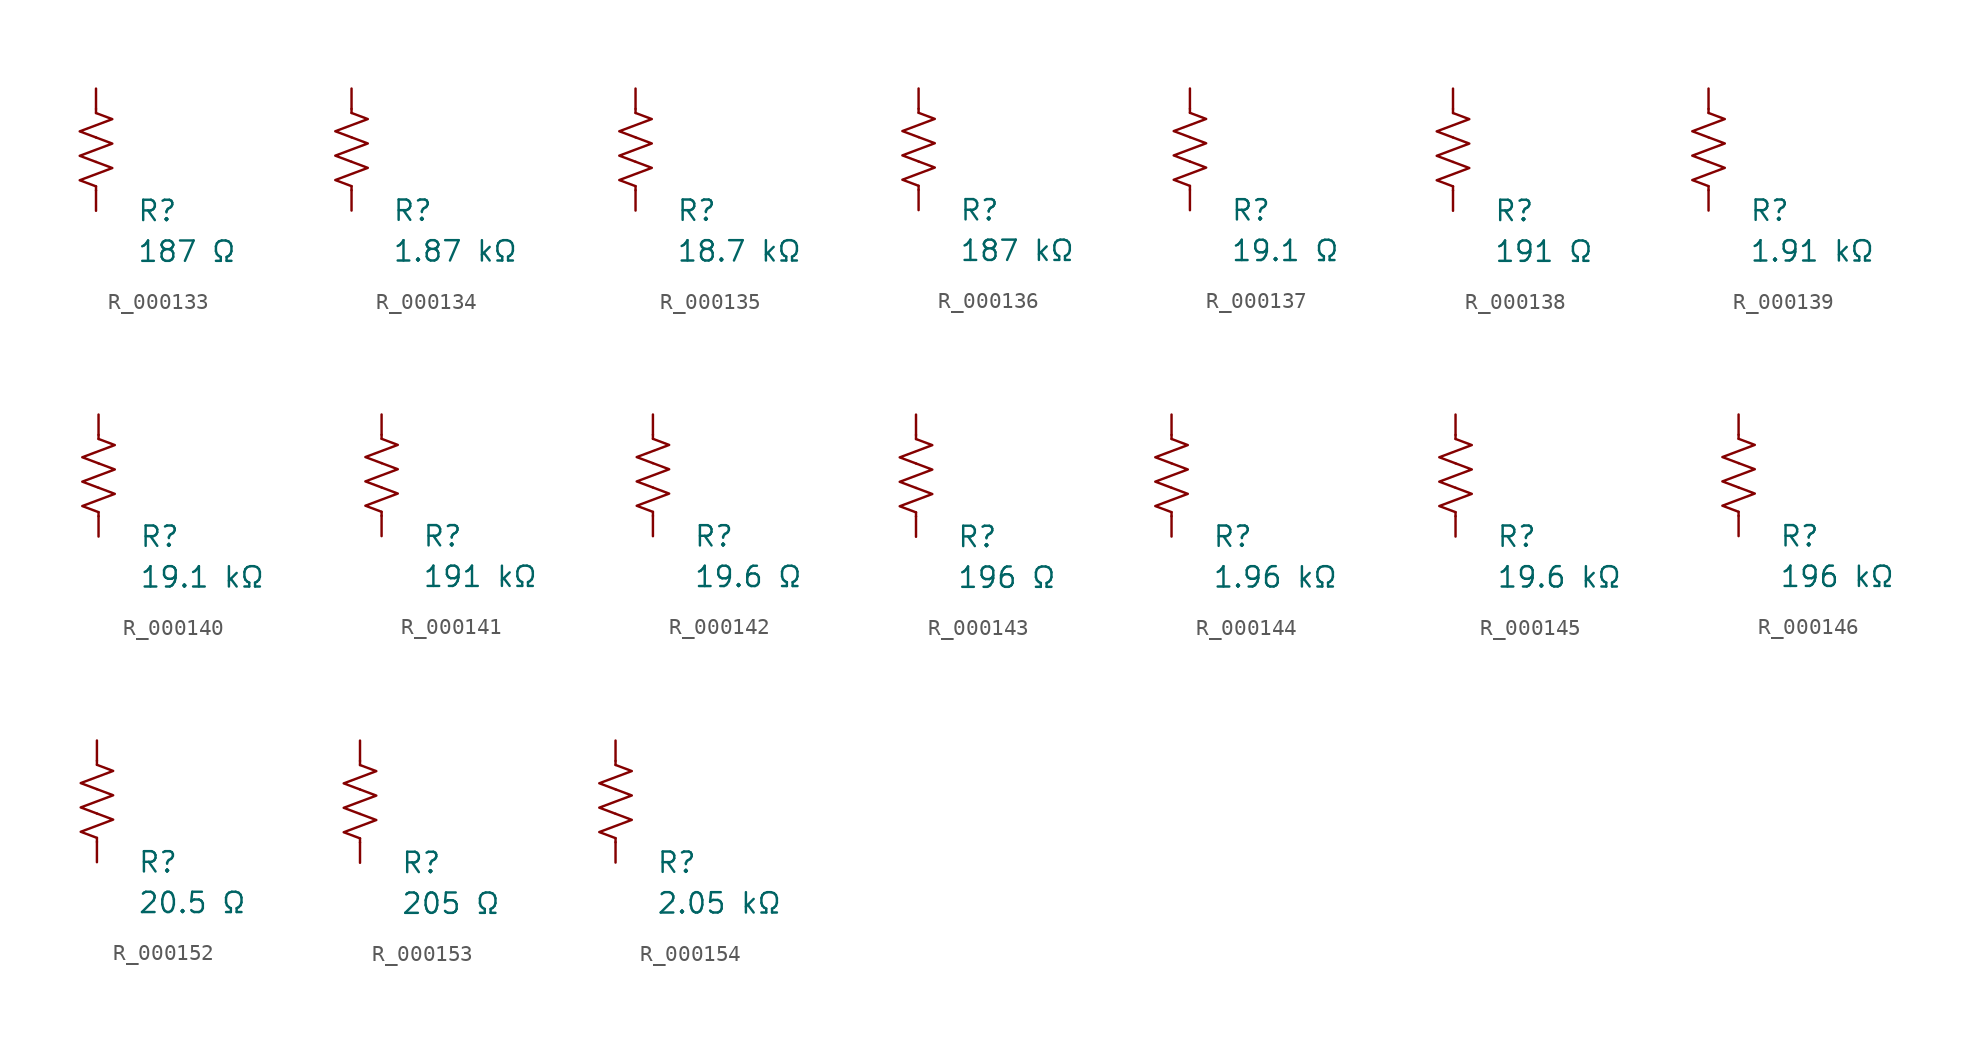
<source format=kicad_sym>
(kicad_symbol_lib
  (version 20231120)
  (generator "kicad_symbol_editor")
  (generator_version "8.0")
  (symbol "R_000133"
    (pin_numbers hide)
    (pin_names
      (offset 0))
    (property "Reference" "R"
      (at 2.54 -3.81 0)
      (effects (font (size 1.27 1.27)) (justify left))
      (show_name no))
    (property "Value" "187 Ω"
      (at 2.54 -6.35 0)
      (effects (font (size 1.27 1.27)) (justify left))
      (show_name no))
    (symbol "R_000133_0_1"
      (polyline (pts (xy 0 -2.286) (xy 0 -2.54)) (stroke (width 0) (type default)) (fill (type none)))
      (polyline (pts (xy 0 2.286) (xy 0 2.54)) (stroke (width 0) (type default)) (fill (type none)))
      (polyline (pts (xy 0 -0.762) (xy 1.016 -1.143) (xy 0 -1.524) (xy -1.016 -1.905) (xy 0 -2.286)) (stroke (width 0) (type default)) (fill (type none)))
      (polyline (pts (xy 0 0.762) (xy 1.016 0.381) (xy 0 0) (xy -1.016 -0.381) (xy 0 -0.762)) (stroke (width 0) (type default)) (fill (type none)))
      (polyline (pts (xy 0 2.286) (xy 1.016 1.905) (xy 0 1.524) (xy -1.016 1.143) (xy 0 0.762)) (stroke (width 0) (type default)) (fill (type none))))
    (symbol "R_000133_1_1"
      (pin passive line (at 0 3.81 270) (length 1.27) (name "~" (effects (font (size 1.27 1.27)))) (number "1" (effects (font (size 1.27 1.27)))))
      (pin passive line (at 0 -3.81 90) (length 1.27) (name "~" (effects (font (size 1.27 1.27)))) (number "2" (effects (font (size 1.27 1.27)))))))
  (symbol "R_000134"
    (pin_numbers hide)
    (pin_names
      (offset 0))
    (property "Reference" "R"
      (at 2.54 -3.81 0)
      (effects (font (size 1.27 1.27)) (justify left))
      (show_name no))
    (property "Value" "1.87 kΩ"
      (at 2.54 -6.35 0)
      (effects (font (size 1.27 1.27)) (justify left))
      (show_name no))
    (symbol "R_000134_0_1"
      (polyline (pts (xy 0 -2.286) (xy 0 -2.54)) (stroke (width 0) (type default)) (fill (type none)))
      (polyline (pts (xy 0 2.286) (xy 0 2.54)) (stroke (width 0) (type default)) (fill (type none)))
      (polyline (pts (xy 0 -0.762) (xy 1.016 -1.143) (xy 0 -1.524) (xy -1.016 -1.905) (xy 0 -2.286)) (stroke (width 0) (type default)) (fill (type none)))
      (polyline (pts (xy 0 0.762) (xy 1.016 0.381) (xy 0 0) (xy -1.016 -0.381) (xy 0 -0.762)) (stroke (width 0) (type default)) (fill (type none)))
      (polyline (pts (xy 0 2.286) (xy 1.016 1.905) (xy 0 1.524) (xy -1.016 1.143) (xy 0 0.762)) (stroke (width 0) (type default)) (fill (type none))))
    (symbol "R_000134_1_1"
      (pin passive line (at 0 3.81 270) (length 1.27) (name "~" (effects (font (size 1.27 1.27)))) (number "1" (effects (font (size 1.27 1.27)))))
      (pin passive line (at 0 -3.81 90) (length 1.27) (name "~" (effects (font (size 1.27 1.27)))) (number "2" (effects (font (size 1.27 1.27)))))))
  (symbol "R_000135"
    (pin_numbers hide)
    (pin_names
      (offset 0))
    (property "Reference" "R"
      (at 2.54 -3.81 0)
      (effects (font (size 1.27 1.27)) (justify left))
      (show_name no))
    (property "Value" "18.7 kΩ"
      (at 2.54 -6.35 0)
      (effects (font (size 1.27 1.27)) (justify left))
      (show_name no))
    (symbol "R_000135_0_1"
      (polyline (pts (xy 0 -2.286) (xy 0 -2.54)) (stroke (width 0) (type default)) (fill (type none)))
      (polyline (pts (xy 0 2.286) (xy 0 2.54)) (stroke (width 0) (type default)) (fill (type none)))
      (polyline (pts (xy 0 -0.762) (xy 1.016 -1.143) (xy 0 -1.524) (xy -1.016 -1.905) (xy 0 -2.286)) (stroke (width 0) (type default)) (fill (type none)))
      (polyline (pts (xy 0 0.762) (xy 1.016 0.381) (xy 0 0) (xy -1.016 -0.381) (xy 0 -0.762)) (stroke (width 0) (type default)) (fill (type none)))
      (polyline (pts (xy 0 2.286) (xy 1.016 1.905) (xy 0 1.524) (xy -1.016 1.143) (xy 0 0.762)) (stroke (width 0) (type default)) (fill (type none))))
    (symbol "R_000135_1_1"
      (pin passive line (at 0 3.81 270) (length 1.27) (name "~" (effects (font (size 1.27 1.27)))) (number "1" (effects (font (size 1.27 1.27)))))
      (pin passive line (at 0 -3.81 90) (length 1.27) (name "~" (effects (font (size 1.27 1.27)))) (number "2" (effects (font (size 1.27 1.27)))))))
  (symbol "R_000136"
    (pin_numbers hide)
    (pin_names
      (offset 0))
    (property "Reference" "R"
      (at 2.54 -3.81 0)
      (effects (font (size 1.27 1.27)) (justify left))
      (show_name no))
    (property "Value" "187 kΩ"
      (at 2.54 -6.35 0)
      (effects (font (size 1.27 1.27)) (justify left))
      (show_name no))
    (symbol "R_000136_0_1"
      (polyline (pts (xy 0 -2.286) (xy 0 -2.54)) (stroke (width 0) (type default)) (fill (type none)))
      (polyline (pts (xy 0 2.286) (xy 0 2.54)) (stroke (width 0) (type default)) (fill (type none)))
      (polyline (pts (xy 0 -0.762) (xy 1.016 -1.143) (xy 0 -1.524) (xy -1.016 -1.905) (xy 0 -2.286)) (stroke (width 0) (type default)) (fill (type none)))
      (polyline (pts (xy 0 0.762) (xy 1.016 0.381) (xy 0 0) (xy -1.016 -0.381) (xy 0 -0.762)) (stroke (width 0) (type default)) (fill (type none)))
      (polyline (pts (xy 0 2.286) (xy 1.016 1.905) (xy 0 1.524) (xy -1.016 1.143) (xy 0 0.762)) (stroke (width 0) (type default)) (fill (type none))))
    (symbol "R_000136_1_1"
      (pin passive line (at 0 3.81 270) (length 1.27) (name "~" (effects (font (size 1.27 1.27)))) (number "1" (effects (font (size 1.27 1.27)))))
      (pin passive line (at 0 -3.81 90) (length 1.27) (name "~" (effects (font (size 1.27 1.27)))) (number "2" (effects (font (size 1.27 1.27)))))))
  (symbol "R_000137"
    (pin_numbers hide)
    (pin_names
      (offset 0))
    (property "Reference" "R"
      (at 2.54 -3.81 0)
      (effects (font (size 1.27 1.27)) (justify left))
      (show_name no))
    (property "Value" "19.1 Ω"
      (at 2.54 -6.35 0)
      (effects (font (size 1.27 1.27)) (justify left))
      (show_name no))
    (symbol "R_000137_0_1"
      (polyline (pts (xy 0 -2.286) (xy 0 -2.54)) (stroke (width 0) (type default)) (fill (type none)))
      (polyline (pts (xy 0 2.286) (xy 0 2.54)) (stroke (width 0) (type default)) (fill (type none)))
      (polyline (pts (xy 0 -0.762) (xy 1.016 -1.143) (xy 0 -1.524) (xy -1.016 -1.905) (xy 0 -2.286)) (stroke (width 0) (type default)) (fill (type none)))
      (polyline (pts (xy 0 0.762) (xy 1.016 0.381) (xy 0 0) (xy -1.016 -0.381) (xy 0 -0.762)) (stroke (width 0) (type default)) (fill (type none)))
      (polyline (pts (xy 0 2.286) (xy 1.016 1.905) (xy 0 1.524) (xy -1.016 1.143) (xy 0 0.762)) (stroke (width 0) (type default)) (fill (type none))))
    (symbol "R_000137_1_1"
      (pin passive line (at 0 3.81 270) (length 1.27) (name "~" (effects (font (size 1.27 1.27)))) (number "1" (effects (font (size 1.27 1.27)))))
      (pin passive line (at 0 -3.81 90) (length 1.27) (name "~" (effects (font (size 1.27 1.27)))) (number "2" (effects (font (size 1.27 1.27)))))))
  (symbol "R_000138"
    (pin_numbers hide)
    (pin_names
      (offset 0))
    (property "Reference" "R"
      (at 2.54 -3.81 0)
      (effects (font (size 1.27 1.27)) (justify left))
      (show_name no))
    (property "Value" "191 Ω"
      (at 2.54 -6.35 0)
      (effects (font (size 1.27 1.27)) (justify left))
      (show_name no))
    (symbol "R_000138_0_1"
      (polyline (pts (xy 0 -2.286) (xy 0 -2.54)) (stroke (width 0) (type default)) (fill (type none)))
      (polyline (pts (xy 0 2.286) (xy 0 2.54)) (stroke (width 0) (type default)) (fill (type none)))
      (polyline (pts (xy 0 -0.762) (xy 1.016 -1.143) (xy 0 -1.524) (xy -1.016 -1.905) (xy 0 -2.286)) (stroke (width 0) (type default)) (fill (type none)))
      (polyline (pts (xy 0 0.762) (xy 1.016 0.381) (xy 0 0) (xy -1.016 -0.381) (xy 0 -0.762)) (stroke (width 0) (type default)) (fill (type none)))
      (polyline (pts (xy 0 2.286) (xy 1.016 1.905) (xy 0 1.524) (xy -1.016 1.143) (xy 0 0.762)) (stroke (width 0) (type default)) (fill (type none))))
    (symbol "R_000138_1_1"
      (pin passive line (at 0 3.81 270) (length 1.27) (name "~" (effects (font (size 1.27 1.27)))) (number "1" (effects (font (size 1.27 1.27)))))
      (pin passive line (at 0 -3.81 90) (length 1.27) (name "~" (effects (font (size 1.27 1.27)))) (number "2" (effects (font (size 1.27 1.27)))))))
  (symbol "R_000139"
    (pin_numbers hide)
    (pin_names
      (offset 0))
    (property "Reference" "R"
      (at 2.54 -3.81 0)
      (effects (font (size 1.27 1.27)) (justify left))
      (show_name no))
    (property "Value" "1.91 kΩ"
      (at 2.54 -6.35 0)
      (effects (font (size 1.27 1.27)) (justify left))
      (show_name no))
    (symbol "R_000139_0_1"
      (polyline (pts (xy 0 -2.286) (xy 0 -2.54)) (stroke (width 0) (type default)) (fill (type none)))
      (polyline (pts (xy 0 2.286) (xy 0 2.54)) (stroke (width 0) (type default)) (fill (type none)))
      (polyline (pts (xy 0 -0.762) (xy 1.016 -1.143) (xy 0 -1.524) (xy -1.016 -1.905) (xy 0 -2.286)) (stroke (width 0) (type default)) (fill (type none)))
      (polyline (pts (xy 0 0.762) (xy 1.016 0.381) (xy 0 0) (xy -1.016 -0.381) (xy 0 -0.762)) (stroke (width 0) (type default)) (fill (type none)))
      (polyline (pts (xy 0 2.286) (xy 1.016 1.905) (xy 0 1.524) (xy -1.016 1.143) (xy 0 0.762)) (stroke (width 0) (type default)) (fill (type none))))
    (symbol "R_000139_1_1"
      (pin passive line (at 0 3.81 270) (length 1.27) (name "~" (effects (font (size 1.27 1.27)))) (number "1" (effects (font (size 1.27 1.27)))))
      (pin passive line (at 0 -3.81 90) (length 1.27) (name "~" (effects (font (size 1.27 1.27)))) (number "2" (effects (font (size 1.27 1.27)))))))
  (symbol "R_000140"
    (pin_numbers hide)
    (pin_names
      (offset 0))
    (property "Reference" "R"
      (at 2.54 -3.81 0)
      (effects (font (size 1.27 1.27)) (justify left))
      (show_name no))
    (property "Value" "19.1 kΩ"
      (at 2.54 -6.35 0)
      (effects (font (size 1.27 1.27)) (justify left))
      (show_name no))
    (symbol "R_000140_0_1"
      (polyline (pts (xy 0 -2.286) (xy 0 -2.54)) (stroke (width 0) (type default)) (fill (type none)))
      (polyline (pts (xy 0 2.286) (xy 0 2.54)) (stroke (width 0) (type default)) (fill (type none)))
      (polyline (pts (xy 0 -0.762) (xy 1.016 -1.143) (xy 0 -1.524) (xy -1.016 -1.905) (xy 0 -2.286)) (stroke (width 0) (type default)) (fill (type none)))
      (polyline (pts (xy 0 0.762) (xy 1.016 0.381) (xy 0 0) (xy -1.016 -0.381) (xy 0 -0.762)) (stroke (width 0) (type default)) (fill (type none)))
      (polyline (pts (xy 0 2.286) (xy 1.016 1.905) (xy 0 1.524) (xy -1.016 1.143) (xy 0 0.762)) (stroke (width 0) (type default)) (fill (type none))))
    (symbol "R_000140_1_1"
      (pin passive line (at 0 3.81 270) (length 1.27) (name "~" (effects (font (size 1.27 1.27)))) (number "1" (effects (font (size 1.27 1.27)))))
      (pin passive line (at 0 -3.81 90) (length 1.27) (name "~" (effects (font (size 1.27 1.27)))) (number "2" (effects (font (size 1.27 1.27)))))))
  (symbol "R_000141"
    (pin_numbers hide)
    (pin_names
      (offset 0))
    (property "Reference" "R"
      (at 2.54 -3.81 0)
      (effects (font (size 1.27 1.27)) (justify left))
      (show_name no))
    (property "Value" "191 kΩ"
      (at 2.54 -6.35 0)
      (effects (font (size 1.27 1.27)) (justify left))
      (show_name no))
    (symbol "R_000141_0_1"
      (polyline (pts (xy 0 -2.286) (xy 0 -2.54)) (stroke (width 0) (type default)) (fill (type none)))
      (polyline (pts (xy 0 2.286) (xy 0 2.54)) (stroke (width 0) (type default)) (fill (type none)))
      (polyline (pts (xy 0 -0.762) (xy 1.016 -1.143) (xy 0 -1.524) (xy -1.016 -1.905) (xy 0 -2.286)) (stroke (width 0) (type default)) (fill (type none)))
      (polyline (pts (xy 0 0.762) (xy 1.016 0.381) (xy 0 0) (xy -1.016 -0.381) (xy 0 -0.762)) (stroke (width 0) (type default)) (fill (type none)))
      (polyline (pts (xy 0 2.286) (xy 1.016 1.905) (xy 0 1.524) (xy -1.016 1.143) (xy 0 0.762)) (stroke (width 0) (type default)) (fill (type none))))
    (symbol "R_000141_1_1"
      (pin passive line (at 0 3.81 270) (length 1.27) (name "~" (effects (font (size 1.27 1.27)))) (number "1" (effects (font (size 1.27 1.27)))))
      (pin passive line (at 0 -3.81 90) (length 1.27) (name "~" (effects (font (size 1.27 1.27)))) (number "2" (effects (font (size 1.27 1.27)))))))
  (symbol "R_000142"
    (pin_numbers hide)
    (pin_names
      (offset 0))
    (property "Reference" "R"
      (at 2.54 -3.81 0)
      (effects (font (size 1.27 1.27)) (justify left))
      (show_name no))
    (property "Value" "19.6 Ω"
      (at 2.54 -6.35 0)
      (effects (font (size 1.27 1.27)) (justify left))
      (show_name no))
    (symbol "R_000142_0_1"
      (polyline (pts (xy 0 -2.286) (xy 0 -2.54)) (stroke (width 0) (type default)) (fill (type none)))
      (polyline (pts (xy 0 2.286) (xy 0 2.54)) (stroke (width 0) (type default)) (fill (type none)))
      (polyline (pts (xy 0 -0.762) (xy 1.016 -1.143) (xy 0 -1.524) (xy -1.016 -1.905) (xy 0 -2.286)) (stroke (width 0) (type default)) (fill (type none)))
      (polyline (pts (xy 0 0.762) (xy 1.016 0.381) (xy 0 0) (xy -1.016 -0.381) (xy 0 -0.762)) (stroke (width 0) (type default)) (fill (type none)))
      (polyline (pts (xy 0 2.286) (xy 1.016 1.905) (xy 0 1.524) (xy -1.016 1.143) (xy 0 0.762)) (stroke (width 0) (type default)) (fill (type none))))
    (symbol "R_000142_1_1"
      (pin passive line (at 0 3.81 270) (length 1.27) (name "~" (effects (font (size 1.27 1.27)))) (number "1" (effects (font (size 1.27 1.27)))))
      (pin passive line (at 0 -3.81 90) (length 1.27) (name "~" (effects (font (size 1.27 1.27)))) (number "2" (effects (font (size 1.27 1.27)))))))
  (symbol "R_000143"
    (pin_numbers hide)
    (pin_names
      (offset 0))
    (property "Reference" "R"
      (at 2.54 -3.81 0)
      (effects (font (size 1.27 1.27)) (justify left))
      (show_name no))
    (property "Value" "196 Ω"
      (at 2.54 -6.35 0)
      (effects (font (size 1.27 1.27)) (justify left))
      (show_name no))
    (symbol "R_000143_0_1"
      (polyline (pts (xy 0 -2.286) (xy 0 -2.54)) (stroke (width 0) (type default)) (fill (type none)))
      (polyline (pts (xy 0 2.286) (xy 0 2.54)) (stroke (width 0) (type default)) (fill (type none)))
      (polyline (pts (xy 0 -0.762) (xy 1.016 -1.143) (xy 0 -1.524) (xy -1.016 -1.905) (xy 0 -2.286)) (stroke (width 0) (type default)) (fill (type none)))
      (polyline (pts (xy 0 0.762) (xy 1.016 0.381) (xy 0 0) (xy -1.016 -0.381) (xy 0 -0.762)) (stroke (width 0) (type default)) (fill (type none)))
      (polyline (pts (xy 0 2.286) (xy 1.016 1.905) (xy 0 1.524) (xy -1.016 1.143) (xy 0 0.762)) (stroke (width 0) (type default)) (fill (type none))))
    (symbol "R_000143_1_1"
      (pin passive line (at 0 3.81 270) (length 1.27) (name "~" (effects (font (size 1.27 1.27)))) (number "1" (effects (font (size 1.27 1.27)))))
      (pin passive line (at 0 -3.81 90) (length 1.27) (name "~" (effects (font (size 1.27 1.27)))) (number "2" (effects (font (size 1.27 1.27)))))))
  (symbol "R_000144"
    (pin_numbers hide)
    (pin_names
      (offset 0))
    (property "Reference" "R"
      (at 2.54 -3.81 0)
      (effects (font (size 1.27 1.27)) (justify left))
      (show_name no))
    (property "Value" "1.96 kΩ"
      (at 2.54 -6.35 0)
      (effects (font (size 1.27 1.27)) (justify left))
      (show_name no))
    (symbol "R_000144_0_1"
      (polyline (pts (xy 0 -2.286) (xy 0 -2.54)) (stroke (width 0) (type default)) (fill (type none)))
      (polyline (pts (xy 0 2.286) (xy 0 2.54)) (stroke (width 0) (type default)) (fill (type none)))
      (polyline (pts (xy 0 -0.762) (xy 1.016 -1.143) (xy 0 -1.524) (xy -1.016 -1.905) (xy 0 -2.286)) (stroke (width 0) (type default)) (fill (type none)))
      (polyline (pts (xy 0 0.762) (xy 1.016 0.381) (xy 0 0) (xy -1.016 -0.381) (xy 0 -0.762)) (stroke (width 0) (type default)) (fill (type none)))
      (polyline (pts (xy 0 2.286) (xy 1.016 1.905) (xy 0 1.524) (xy -1.016 1.143) (xy 0 0.762)) (stroke (width 0) (type default)) (fill (type none))))
    (symbol "R_000144_1_1"
      (pin passive line (at 0 3.81 270) (length 1.27) (name "~" (effects (font (size 1.27 1.27)))) (number "1" (effects (font (size 1.27 1.27)))))
      (pin passive line (at 0 -3.81 90) (length 1.27) (name "~" (effects (font (size 1.27 1.27)))) (number "2" (effects (font (size 1.27 1.27)))))))
  (symbol "R_000145"
    (pin_numbers hide)
    (pin_names
      (offset 0))
    (property "Reference" "R"
      (at 2.54 -3.81 0)
      (effects (font (size 1.27 1.27)) (justify left))
      (show_name no))
    (property "Value" "19.6 kΩ"
      (at 2.54 -6.35 0)
      (effects (font (size 1.27 1.27)) (justify left))
      (show_name no))
    (symbol "R_000145_0_1"
      (polyline (pts (xy 0 -2.286) (xy 0 -2.54)) (stroke (width 0) (type default)) (fill (type none)))
      (polyline (pts (xy 0 2.286) (xy 0 2.54)) (stroke (width 0) (type default)) (fill (type none)))
      (polyline (pts (xy 0 -0.762) (xy 1.016 -1.143) (xy 0 -1.524) (xy -1.016 -1.905) (xy 0 -2.286)) (stroke (width 0) (type default)) (fill (type none)))
      (polyline (pts (xy 0 0.762) (xy 1.016 0.381) (xy 0 0) (xy -1.016 -0.381) (xy 0 -0.762)) (stroke (width 0) (type default)) (fill (type none)))
      (polyline (pts (xy 0 2.286) (xy 1.016 1.905) (xy 0 1.524) (xy -1.016 1.143) (xy 0 0.762)) (stroke (width 0) (type default)) (fill (type none))))
    (symbol "R_000145_1_1"
      (pin passive line (at 0 3.81 270) (length 1.27) (name "~" (effects (font (size 1.27 1.27)))) (number "1" (effects (font (size 1.27 1.27)))))
      (pin passive line (at 0 -3.81 90) (length 1.27) (name "~" (effects (font (size 1.27 1.27)))) (number "2" (effects (font (size 1.27 1.27)))))))
  (symbol "R_000146"
    (pin_numbers hide)
    (pin_names
      (offset 0))
    (property "Reference" "R"
      (at 2.54 -3.81 0)
      (effects (font (size 1.27 1.27)) (justify left))
      (show_name no))
    (property "Value" "196 kΩ"
      (at 2.54 -6.35 0)
      (effects (font (size 1.27 1.27)) (justify left))
      (show_name no))
    (symbol "R_000146_0_1"
      (polyline (pts (xy 0 -2.286) (xy 0 -2.54)) (stroke (width 0) (type default)) (fill (type none)))
      (polyline (pts (xy 0 2.286) (xy 0 2.54)) (stroke (width 0) (type default)) (fill (type none)))
      (polyline (pts (xy 0 -0.762) (xy 1.016 -1.143) (xy 0 -1.524) (xy -1.016 -1.905) (xy 0 -2.286)) (stroke (width 0) (type default)) (fill (type none)))
      (polyline (pts (xy 0 0.762) (xy 1.016 0.381) (xy 0 0) (xy -1.016 -0.381) (xy 0 -0.762)) (stroke (width 0) (type default)) (fill (type none)))
      (polyline (pts (xy 0 2.286) (xy 1.016 1.905) (xy 0 1.524) (xy -1.016 1.143) (xy 0 0.762)) (stroke (width 0) (type default)) (fill (type none))))
    (symbol "R_000146_1_1"
      (pin passive line (at 0 3.81 270) (length 1.27) (name "~" (effects (font (size 1.27 1.27)))) (number "1" (effects (font (size 1.27 1.27)))))
      (pin passive line (at 0 -3.81 90) (length 1.27) (name "~" (effects (font (size 1.27 1.27)))) (number "2" (effects (font (size 1.27 1.27)))))))
  (symbol "R_000152"
    (pin_numbers hide)
    (pin_names
      (offset 0))
    (property "Reference" "R"
      (at 2.54 -3.81 0)
      (effects (font (size 1.27 1.27)) (justify left))
      (show_name no))
    (property "Value" "20.5 Ω"
      (at 2.54 -6.35 0)
      (effects (font (size 1.27 1.27)) (justify left))
      (show_name no))
    (symbol "R_000152_0_1"
      (polyline (pts (xy 0 -2.286) (xy 0 -2.54)) (stroke (width 0) (type default)) (fill (type none)))
      (polyline (pts (xy 0 2.286) (xy 0 2.54)) (stroke (width 0) (type default)) (fill (type none)))
      (polyline (pts (xy 0 -0.762) (xy 1.016 -1.143) (xy 0 -1.524) (xy -1.016 -1.905) (xy 0 -2.286)) (stroke (width 0) (type default)) (fill (type none)))
      (polyline (pts (xy 0 0.762) (xy 1.016 0.381) (xy 0 0) (xy -1.016 -0.381) (xy 0 -0.762)) (stroke (width 0) (type default)) (fill (type none)))
      (polyline (pts (xy 0 2.286) (xy 1.016 1.905) (xy 0 1.524) (xy -1.016 1.143) (xy 0 0.762)) (stroke (width 0) (type default)) (fill (type none))))
    (symbol "R_000152_1_1"
      (pin passive line (at 0 3.81 270) (length 1.27) (name "~" (effects (font (size 1.27 1.27)))) (number "1" (effects (font (size 1.27 1.27)))))
      (pin passive line (at 0 -3.81 90) (length 1.27) (name "~" (effects (font (size 1.27 1.27)))) (number "2" (effects (font (size 1.27 1.27)))))))
  (symbol "R_000153"
    (pin_numbers hide)
    (pin_names
      (offset 0))
    (property "Reference" "R"
      (at 2.54 -3.81 0)
      (effects (font (size 1.27 1.27)) (justify left))
      (show_name no))
    (property "Value" "205 Ω"
      (at 2.54 -6.35 0)
      (effects (font (size 1.27 1.27)) (justify left))
      (show_name no))
    (symbol "R_000153_0_1"
      (polyline (pts (xy 0 -2.286) (xy 0 -2.54)) (stroke (width 0) (type default)) (fill (type none)))
      (polyline (pts (xy 0 2.286) (xy 0 2.54)) (stroke (width 0) (type default)) (fill (type none)))
      (polyline (pts (xy 0 -0.762) (xy 1.016 -1.143) (xy 0 -1.524) (xy -1.016 -1.905) (xy 0 -2.286)) (stroke (width 0) (type default)) (fill (type none)))
      (polyline (pts (xy 0 0.762) (xy 1.016 0.381) (xy 0 0) (xy -1.016 -0.381) (xy 0 -0.762)) (stroke (width 0) (type default)) (fill (type none)))
      (polyline (pts (xy 0 2.286) (xy 1.016 1.905) (xy 0 1.524) (xy -1.016 1.143) (xy 0 0.762)) (stroke (width 0) (type default)) (fill (type none))))
    (symbol "R_000153_1_1"
      (pin passive line (at 0 3.81 270) (length 1.27) (name "~" (effects (font (size 1.27 1.27)))) (number "1" (effects (font (size 1.27 1.27)))))
      (pin passive line (at 0 -3.81 90) (length 1.27) (name "~" (effects (font (size 1.27 1.27)))) (number "2" (effects (font (size 1.27 1.27)))))))
  (symbol "R_000154"
    (pin_numbers hide)
    (pin_names
      (offset 0))
    (property "Reference" "R"
      (at 2.54 -3.81 0)
      (effects (font (size 1.27 1.27)) (justify left))
      (show_name no))
    (property "Value" "2.05 kΩ"
      (at 2.54 -6.35 0)
      (effects (font (size 1.27 1.27)) (justify left))
      (show_name no))
    (symbol "R_000154_0_1"
      (polyline (pts (xy 0 -2.286) (xy 0 -2.54)) (stroke (width 0) (type default)) (fill (type none)))
      (polyline (pts (xy 0 2.286) (xy 0 2.54)) (stroke (width 0) (type default)) (fill (type none)))
      (polyline (pts (xy 0 -0.762) (xy 1.016 -1.143) (xy 0 -1.524) (xy -1.016 -1.905) (xy 0 -2.286)) (stroke (width 0) (type default)) (fill (type none)))
      (polyline (pts (xy 0 0.762) (xy 1.016 0.381) (xy 0 0) (xy -1.016 -0.381) (xy 0 -0.762)) (stroke (width 0) (type default)) (fill (type none)))
      (polyline (pts (xy 0 2.286) (xy 1.016 1.905) (xy 0 1.524) (xy -1.016 1.143) (xy 0 0.762)) (stroke (width 0) (type default)) (fill (type none))))
    (symbol "R_000154_1_1"
      (pin passive line (at 0 3.81 270) (length 1.27) (name "~" (effects (font (size 1.27 1.27)))) (number "1" (effects (font (size 1.27 1.27)))))
      (pin passive line (at 0 -3.81 90) (length 1.27) (name "~" (effects (font (size 1.27 1.27)))) (number "2" (effects (font (size 1.27 1.27))))))))
</source>
